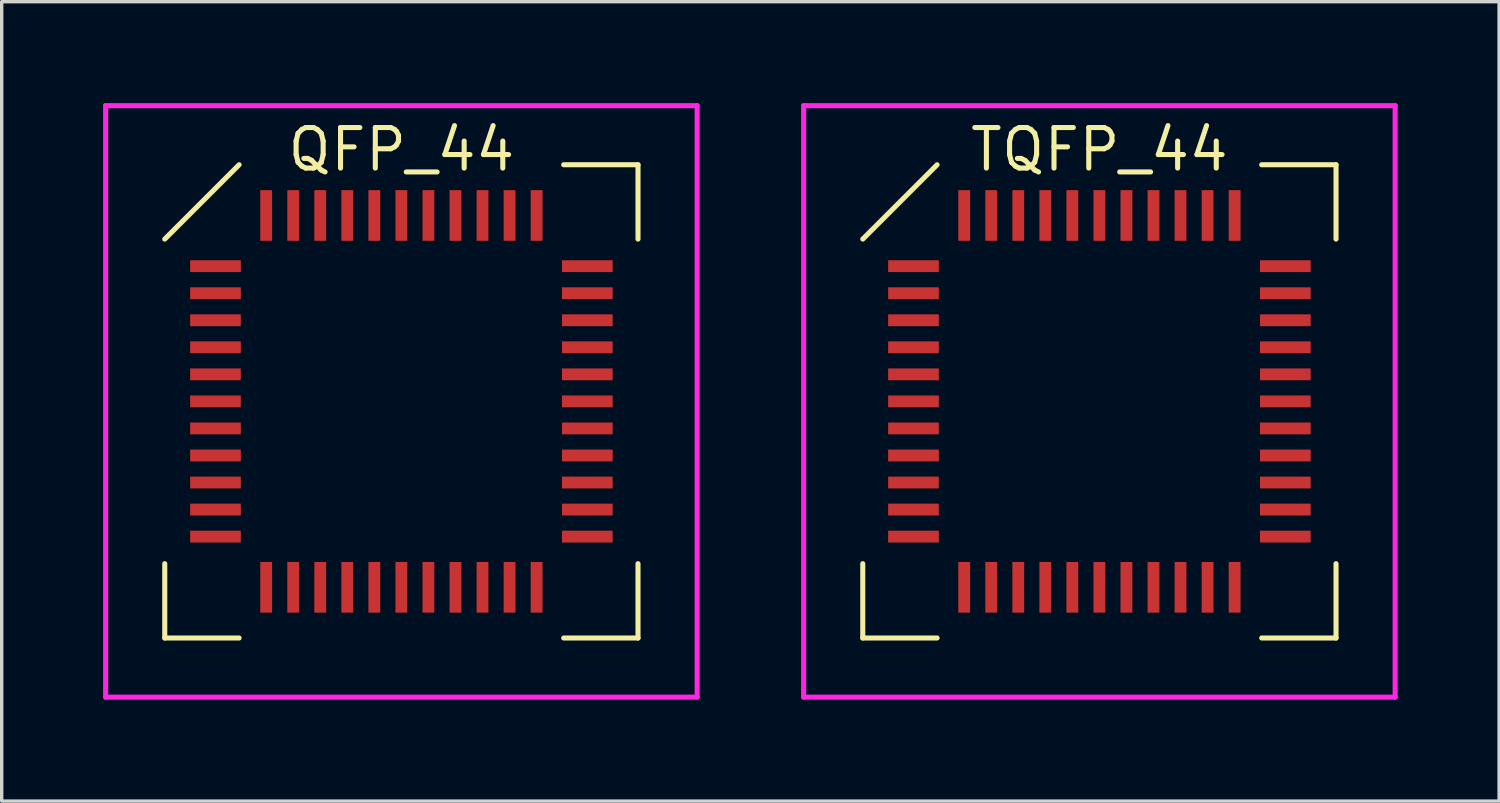
<source format=kicad_pcb>
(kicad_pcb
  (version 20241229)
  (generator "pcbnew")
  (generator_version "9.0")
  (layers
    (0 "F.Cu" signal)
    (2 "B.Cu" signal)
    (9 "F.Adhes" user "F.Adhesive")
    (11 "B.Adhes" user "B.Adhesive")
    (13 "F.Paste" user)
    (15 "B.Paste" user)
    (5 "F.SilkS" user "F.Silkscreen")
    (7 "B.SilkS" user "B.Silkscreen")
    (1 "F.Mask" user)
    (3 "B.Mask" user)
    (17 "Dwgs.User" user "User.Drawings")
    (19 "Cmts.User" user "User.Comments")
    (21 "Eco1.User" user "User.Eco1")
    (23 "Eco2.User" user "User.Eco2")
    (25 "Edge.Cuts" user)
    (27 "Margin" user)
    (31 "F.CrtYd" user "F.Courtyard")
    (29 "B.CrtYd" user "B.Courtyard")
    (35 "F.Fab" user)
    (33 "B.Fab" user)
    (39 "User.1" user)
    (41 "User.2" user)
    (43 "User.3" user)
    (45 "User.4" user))
  (footprint "TQFP_44"
    (layer "F.Cu")
    (at 29.473 8.824)
    (property "Reference" "TQFP_44" (at 0 -7.449 0) (layer "F.SilkS") (effects (font (size 1.2 1.2) (thickness 0.15))))
    (attr through_hole)
    (fp_line (start -7 -4.801) (end -4.801 -7) (stroke (width 0.15) (type solid)) (layer "F.SilkS"))
    (fp_line (start -7 7) (end -7 4.801) (stroke (width 0.15) (type solid)) (layer "F.SilkS"))
    (fp_line (start -4.801 7) (end -7 7) (stroke (width 0.15) (type solid)) (layer "F.SilkS"))
    (fp_line (start 4.801 -7) (end 7 -7) (stroke (width 0.15) (type solid)) (layer "F.SilkS"))
    (fp_line (start 4.801 7) (end 7 7) (stroke (width 0.15) (type solid)) (layer "F.SilkS"))
    (fp_line (start 7 -7) (end 7 -4.801) (stroke (width 0.15) (type solid)) (layer "F.SilkS"))
    (fp_line (start 7 7) (end 7 4.801) (stroke (width 0.15) (type solid)) (layer "F.SilkS"))
    (fp_line (start -8.749 -8.749) (end 8.749 -8.749) (stroke (width 0.15) (type solid)) (layer "F.CrtYd"))
    (fp_line (start -8.749 8.749) (end -8.749 -8.749) (stroke (width 0.15) (type solid)) (layer "F.CrtYd"))
    (fp_line (start 8.749 -8.749) (end 8.749 8.749) (stroke (width 0.15) (type solid)) (layer "F.CrtYd"))
    (fp_line (start 8.749 8.749) (end -8.749 8.749) (stroke (width 0.15) (type solid)) (layer "F.CrtYd"))
    (pad "1" smd rect (at -5.5 -4 90) (size 0.35 1.499) (layers "F.Cu" "F.Mask" "F.Paste"))
    (pad "2" smd rect (at -5.5 -3.2 90) (size 0.35 1.499) (layers "F.Cu" "F.Mask" "F.Paste"))
    (pad "3" smd rect (at -5.5 -2.4 90) (size 0.35 1.499) (layers "F.Cu" "F.Mask" "F.Paste"))
    (pad "4" smd rect (at -5.5 -1.6 90) (size 0.35 1.499) (layers "F.Cu" "F.Mask" "F.Paste"))
    (pad "5" smd rect (at -5.5 -0.8 90) (size 0.35 1.499) (layers "F.Cu" "F.Mask" "F.Paste"))
    (pad "6" smd rect (at -5.5 0 90) (size 0.35 1.499) (layers "F.Cu" "F.Mask" "F.Paste"))
    (pad "7" smd rect (at -5.5 0.8 90) (size 0.35 1.499) (layers "F.Cu" "F.Mask" "F.Paste"))
    (pad "8" smd rect (at -5.5 1.6 90) (size 0.35 1.499) (layers "F.Cu" "F.Mask" "F.Paste"))
    (pad "9" smd rect (at -5.5 2.4 90) (size 0.35 1.499) (layers "F.Cu" "F.Mask" "F.Paste"))
    (pad "10" smd rect (at -5.5 3.2 90) (size 0.35 1.499) (layers "F.Cu" "F.Mask" "F.Paste"))
    (pad "11" smd rect (at -5.5 4 90) (size 0.35 1.499) (layers "F.Cu" "F.Mask" "F.Paste"))
    (pad "12" smd rect (at -4 5.5) (size 0.35 1.499) (layers "F.Cu" "F.Mask" "F.Paste"))
    (pad "13" smd rect (at -3.2 5.5) (size 0.35 1.499) (layers "F.Cu" "F.Mask" "F.Paste"))
    (pad "14" smd rect (at -2.4 5.5) (size 0.35 1.499) (layers "F.Cu" "F.Mask" "F.Paste"))
    (pad "15" smd rect (at -1.6 5.5) (size 0.35 1.499) (layers "F.Cu" "F.Mask" "F.Paste"))
    (pad "16" smd rect (at -0.8 5.5) (size 0.35 1.499) (layers "F.Cu" "F.Mask" "F.Paste"))
    (pad "17" smd rect (at 0 5.5) (size 0.35 1.499) (layers "F.Cu" "F.Mask" "F.Paste"))
    (pad "18" smd rect (at 0.8 5.5) (size 0.35 1.499) (layers "F.Cu" "F.Mask" "F.Paste"))
    (pad "19" smd rect (at 1.6 5.5) (size 0.35 1.499) (layers "F.Cu" "F.Mask" "F.Paste"))
    (pad "20" smd rect (at 2.4 5.5) (size 0.35 1.499) (layers "F.Cu" "F.Mask" "F.Paste"))
    (pad "21" smd rect (at 3.2 5.5) (size 0.35 1.499) (layers "F.Cu" "F.Mask" "F.Paste"))
    (pad "22" smd rect (at 4 5.5) (size 0.35 1.499) (layers "F.Cu" "F.Mask" "F.Paste"))
    (pad "23" smd rect (at 5.5 4 90) (size 0.35 1.499) (layers "F.Cu" "F.Mask" "F.Paste"))
    (pad "24" smd rect (at 5.5 3.2 90) (size 0.35 1.499) (layers "F.Cu" "F.Mask" "F.Paste"))
    (pad "25" smd rect (at 5.5 2.4 90) (size 0.35 1.499) (layers "F.Cu" "F.Mask" "F.Paste"))
    (pad "26" smd rect (at 5.5 1.6 90) (size 0.35 1.499) (layers "F.Cu" "F.Mask" "F.Paste"))
    (pad "27" smd rect (at 5.5 0.8 90) (size 0.35 1.499) (layers "F.Cu" "F.Mask" "F.Paste"))
    (pad "28" smd rect (at 5.5 0 90) (size 0.35 1.499) (layers "F.Cu" "F.Mask" "F.Paste"))
    (pad "29" smd rect (at 5.5 -0.8 90) (size 0.35 1.499) (layers "F.Cu" "F.Mask" "F.Paste"))
    (pad "30" smd rect (at 5.5 -1.6 90) (size 0.35 1.499) (layers "F.Cu" "F.Mask" "F.Paste"))
    (pad "31" smd rect (at 5.5 -2.4 90) (size 0.35 1.499) (layers "F.Cu" "F.Mask" "F.Paste"))
    (pad "32" smd rect (at 5.5 -3.2 90) (size 0.35 1.499) (layers "F.Cu" "F.Mask" "F.Paste"))
    (pad "33" smd rect (at 5.5 -4 90) (size 0.35 1.499) (layers "F.Cu" "F.Mask" "F.Paste"))
    (pad "34" smd rect (at 4 -5.5) (size 0.35 1.499) (layers "F.Cu" "F.Mask" "F.Paste"))
    (pad "35" smd rect (at 3.2 -5.5) (size 0.35 1.499) (layers "F.Cu" "F.Mask" "F.Paste"))
    (pad "36" smd rect (at 2.4 -5.5) (size 0.35 1.499) (layers "F.Cu" "F.Mask" "F.Paste"))
    (pad "37" smd rect (at 1.6 -5.5) (size 0.35 1.499) (layers "F.Cu" "F.Mask" "F.Paste"))
    (pad "38" smd rect (at 0.8 -5.5) (size 0.35 1.499) (layers "F.Cu" "F.Mask" "F.Paste"))
    (pad "39" smd rect (at 0 -5.5) (size 0.35 1.499) (layers "F.Cu" "F.Mask" "F.Paste"))
    (pad "40" smd rect (at -0.8 -5.5) (size 0.35 1.499) (layers "F.Cu" "F.Mask" "F.Paste"))
    (pad "41" smd rect (at -1.6 -5.5) (size 0.35 1.499) (layers "F.Cu" "F.Mask" "F.Paste"))
    (pad "42" smd rect (at -2.4 -5.5) (size 0.35 1.499) (layers "F.Cu" "F.Mask" "F.Paste"))
    (pad "43" smd rect (at -3.2 -5.5) (size 0.35 1.499) (layers "F.Cu" "F.Mask" "F.Paste"))
    (pad "44" smd rect (at -4 -5.5) (size 0.35 1.499) (layers "F.Cu" "F.Mask" "F.Paste")))
  (footprint "QFP_44"
    (layer "F.Cu")
    (at 8.824 8.824)
    (property "Reference" "QFP_44" (at 0 -7.449 0) (layer "F.SilkS") (effects (font (size 1.2 1.2) (thickness 0.15))))
    (attr through_hole)
    (fp_line (start -7 -4.801) (end -4.801 -7) (stroke (width 0.15) (type solid)) (layer "F.SilkS"))
    (fp_line (start -7 7) (end -7 4.801) (stroke (width 0.15) (type solid)) (layer "F.SilkS"))
    (fp_line (start -4.801 7) (end -7 7) (stroke (width 0.15) (type solid)) (layer "F.SilkS"))
    (fp_line (start 4.801 -7) (end 7 -7) (stroke (width 0.15) (type solid)) (layer "F.SilkS"))
    (fp_line (start 4.801 7) (end 7 7) (stroke (width 0.15) (type solid)) (layer "F.SilkS"))
    (fp_line (start 7 -7) (end 7 -4.801) (stroke (width 0.15) (type solid)) (layer "F.SilkS"))
    (fp_line (start 7 7) (end 7 4.801) (stroke (width 0.15) (type solid)) (layer "F.SilkS"))
    (fp_line (start -8.749 -8.749) (end 8.749 -8.749) (stroke (width 0.15) (type solid)) (layer "F.CrtYd"))
    (fp_line (start -8.749 8.749) (end -8.749 -8.749) (stroke (width 0.15) (type solid)) (layer "F.CrtYd"))
    (fp_line (start 8.749 -8.749) (end 8.749 8.749) (stroke (width 0.15) (type solid)) (layer "F.CrtYd"))
    (fp_line (start 8.749 8.749) (end -8.749 8.749) (stroke (width 0.15) (type solid)) (layer "F.CrtYd"))
    (pad "1" smd rect (at -5.5 -4 90) (size 0.35 1.499) (layers "F.Cu" "F.Mask" "F.Paste"))
    (pad "2" smd rect (at -5.5 -3.2 90) (size 0.35 1.499) (layers "F.Cu" "F.Mask" "F.Paste"))
    (pad "3" smd rect (at -5.5 -2.4 90) (size 0.35 1.499) (layers "F.Cu" "F.Mask" "F.Paste"))
    (pad "4" smd rect (at -5.5 -1.6 90) (size 0.35 1.499) (layers "F.Cu" "F.Mask" "F.Paste"))
    (pad "5" smd rect (at -5.5 -0.8 90) (size 0.35 1.499) (layers "F.Cu" "F.Mask" "F.Paste"))
    (pad "6" smd rect (at -5.5 0 90) (size 0.35 1.499) (layers "F.Cu" "F.Mask" "F.Paste"))
    (pad "7" smd rect (at -5.5 0.8 90) (size 0.35 1.499) (layers "F.Cu" "F.Mask" "F.Paste"))
    (pad "8" smd rect (at -5.5 1.6 90) (size 0.35 1.499) (layers "F.Cu" "F.Mask" "F.Paste"))
    (pad "9" smd rect (at -5.5 2.4 90) (size 0.35 1.499) (layers "F.Cu" "F.Mask" "F.Paste"))
    (pad "10" smd rect (at -5.5 3.2 90) (size 0.35 1.499) (layers "F.Cu" "F.Mask" "F.Paste"))
    (pad "11" smd rect (at -5.5 4 90) (size 0.35 1.499) (layers "F.Cu" "F.Mask" "F.Paste"))
    (pad "12" smd rect (at -4 5.5) (size 0.35 1.499) (layers "F.Cu" "F.Mask" "F.Paste"))
    (pad "13" smd rect (at -3.2 5.5) (size 0.35 1.499) (layers "F.Cu" "F.Mask" "F.Paste"))
    (pad "14" smd rect (at -2.4 5.5) (size 0.35 1.499) (layers "F.Cu" "F.Mask" "F.Paste"))
    (pad "15" smd rect (at -1.6 5.5) (size 0.35 1.499) (layers "F.Cu" "F.Mask" "F.Paste"))
    (pad "16" smd rect (at -0.8 5.5) (size 0.35 1.499) (layers "F.Cu" "F.Mask" "F.Paste"))
    (pad "17" smd rect (at 0 5.5) (size 0.35 1.499) (layers "F.Cu" "F.Mask" "F.Paste"))
    (pad "18" smd rect (at 0.8 5.5) (size 0.35 1.499) (layers "F.Cu" "F.Mask" "F.Paste"))
    (pad "19" smd rect (at 1.6 5.5) (size 0.35 1.499) (layers "F.Cu" "F.Mask" "F.Paste"))
    (pad "20" smd rect (at 2.4 5.5) (size 0.35 1.499) (layers "F.Cu" "F.Mask" "F.Paste"))
    (pad "21" smd rect (at 3.2 5.5) (size 0.35 1.499) (layers "F.Cu" "F.Mask" "F.Paste"))
    (pad "22" smd rect (at 4 5.5) (size 0.35 1.499) (layers "F.Cu" "F.Mask" "F.Paste"))
    (pad "23" smd rect (at 5.5 4 90) (size 0.35 1.499) (layers "F.Cu" "F.Mask" "F.Paste"))
    (pad "24" smd rect (at 5.5 3.2 90) (size 0.35 1.499) (layers "F.Cu" "F.Mask" "F.Paste"))
    (pad "25" smd rect (at 5.5 2.4 90) (size 0.35 1.499) (layers "F.Cu" "F.Mask" "F.Paste"))
    (pad "26" smd rect (at 5.5 1.6 90) (size 0.35 1.499) (layers "F.Cu" "F.Mask" "F.Paste"))
    (pad "27" smd rect (at 5.5 0.8 90) (size 0.35 1.499) (layers "F.Cu" "F.Mask" "F.Paste"))
    (pad "28" smd rect (at 5.5 0 90) (size 0.35 1.499) (layers "F.Cu" "F.Mask" "F.Paste"))
    (pad "29" smd rect (at 5.5 -0.8 90) (size 0.35 1.499) (layers "F.Cu" "F.Mask" "F.Paste"))
    (pad "30" smd rect (at 5.5 -1.6 90) (size 0.35 1.499) (layers "F.Cu" "F.Mask" "F.Paste"))
    (pad "31" smd rect (at 5.5 -2.4 90) (size 0.35 1.499) (layers "F.Cu" "F.Mask" "F.Paste"))
    (pad "32" smd rect (at 5.5 -3.2 90) (size 0.35 1.499) (layers "F.Cu" "F.Mask" "F.Paste"))
    (pad "33" smd rect (at 5.5 -4 90) (size 0.35 1.499) (layers "F.Cu" "F.Mask" "F.Paste"))
    (pad "34" smd rect (at 4 -5.5) (size 0.35 1.499) (layers "F.Cu" "F.Mask" "F.Paste"))
    (pad "35" smd rect (at 3.2 -5.5) (size 0.35 1.499) (layers "F.Cu" "F.Mask" "F.Paste"))
    (pad "36" smd rect (at 2.4 -5.5) (size 0.35 1.499) (layers "F.Cu" "F.Mask" "F.Paste"))
    (pad "37" smd rect (at 1.6 -5.5) (size 0.35 1.499) (layers "F.Cu" "F.Mask" "F.Paste"))
    (pad "38" smd rect (at 0.8 -5.5) (size 0.35 1.499) (layers "F.Cu" "F.Mask" "F.Paste"))
    (pad "39" smd rect (at 0 -5.5) (size 0.35 1.499) (layers "F.Cu" "F.Mask" "F.Paste"))
    (pad "40" smd rect (at -0.8 -5.5) (size 0.35 1.499) (layers "F.Cu" "F.Mask" "F.Paste"))
    (pad "41" smd rect (at -1.6 -5.5) (size 0.35 1.499) (layers "F.Cu" "F.Mask" "F.Paste"))
    (pad "42" smd rect (at -2.4 -5.5) (size 0.35 1.499) (layers "F.Cu" "F.Mask" "F.Paste"))
    (pad "43" smd rect (at -3.2 -5.5) (size 0.35 1.499) (layers "F.Cu" "F.Mask" "F.Paste"))
    (pad "44" smd rect (at -4 -5.5) (size 0.35 1.499) (layers "F.Cu" "F.Mask" "F.Paste")))
  (gr_rect
    (start -3 -3)
    (end 41.297 20.649)
    (stroke (width 0.1) (type default))
    (fill no)
    (layer "Edge.Cuts")))
</source>
